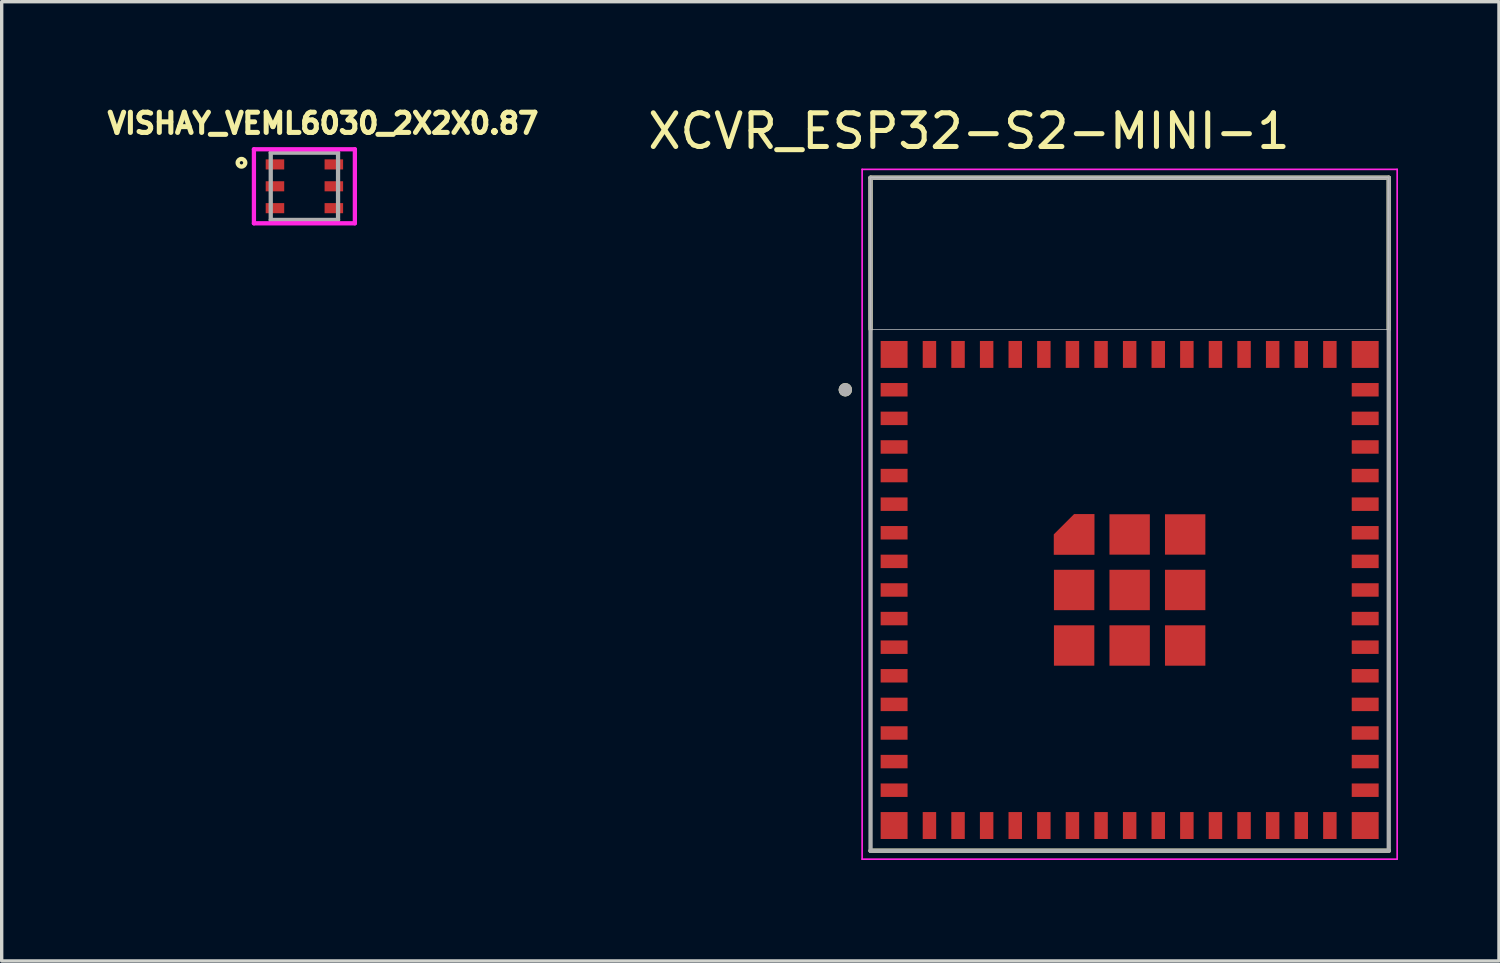
<source format=kicad_pcb>
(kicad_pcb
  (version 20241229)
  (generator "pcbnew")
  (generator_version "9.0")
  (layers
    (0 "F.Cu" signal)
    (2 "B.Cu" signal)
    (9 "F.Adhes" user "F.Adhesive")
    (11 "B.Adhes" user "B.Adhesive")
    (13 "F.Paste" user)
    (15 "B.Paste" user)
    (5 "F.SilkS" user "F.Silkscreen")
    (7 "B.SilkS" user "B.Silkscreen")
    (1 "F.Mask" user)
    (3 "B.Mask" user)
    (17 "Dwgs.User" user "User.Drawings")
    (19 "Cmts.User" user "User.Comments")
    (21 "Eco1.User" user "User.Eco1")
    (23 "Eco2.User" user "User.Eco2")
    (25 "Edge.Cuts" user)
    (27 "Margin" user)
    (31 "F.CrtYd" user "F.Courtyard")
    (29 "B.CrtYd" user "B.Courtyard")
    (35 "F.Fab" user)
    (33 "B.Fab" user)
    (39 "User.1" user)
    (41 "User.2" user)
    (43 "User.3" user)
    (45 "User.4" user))
  (footprint "VISHAY_VEML6030_2X2X0.87"
    (layer "F.Cu")
    (at 5.996 2.486)
    (property "Reference" "VISHAY_VEML6030_2X2X0.87" (at 0.553 -1.871 0) (layer "F.SilkS") (effects (font (size 0.601 0.601) (thickness 0.15))))
    (attr through_hole)
    (fp_circle (center -1.87 -0.699) (end -1.82 -0.699) (stroke (width 0.127) (type solid)) (fill no) (layer "F.SilkS"))
    (fp_line (start -1.5 -1.1) (end 1.5 -1.1) (stroke (width 0.127) (type solid)) (layer "F.CrtYd"))
    (fp_line (start -1.5 1.1) (end -1.5 -1.1) (stroke (width 0.127) (type solid)) (layer "F.CrtYd"))
    (fp_line (start 1.5 -1.1) (end 1.5 1.1) (stroke (width 0.127) (type solid)) (layer "F.CrtYd"))
    (fp_line (start 1.5 1.1) (end -1.5 1.1) (stroke (width 0.127) (type solid)) (layer "F.CrtYd"))
    (fp_line (start -1 -1) (end 1 -1) (stroke (width 0.127) (type solid)) (layer "F.Fab"))
    (fp_line (start -1 1) (end -1 -1) (stroke (width 0.127) (type solid)) (layer "F.Fab"))
    (fp_line (start 1 -1) (end 1 1) (stroke (width 0.127) (type solid)) (layer "F.Fab"))
    (fp_line (start 1 1) (end -1 1) (stroke (width 0.127) (type solid)) (layer "F.Fab"))
    (pad "1" smd rect (at -0.875 -0.65) (size 0.55 0.3) (layers "F.Cu" "F.Mask" "F.Paste"))
    (pad "2" smd rect (at -0.875 0) (size 0.55 0.3) (layers "F.Cu" "F.Mask" "F.Paste"))
    (pad "3" smd rect (at -0.875 0.65) (size 0.55 0.3) (layers "F.Cu" "F.Mask" "F.Paste"))
    (pad "4" smd rect (at 0.875 0.65) (size 0.55 0.3) (layers "F.Cu" "F.Mask" "F.Paste"))
    (pad "5" smd rect (at 0.875 0) (size 0.55 0.3) (layers "F.Cu" "F.Mask" "F.Paste"))
    (pad "6" smd rect (at 0.875 -0.65) (size 0.55 0.3) (layers "F.Cu" "F.Mask" "F.Paste")))
  (footprint "XCVR_ESP32-S2-MINI-1"
    (layer "F.Cu")
    (at 30.521 14.483)
    (property "Reference" "XCVR_ESP32-S2-MINI-1" (at -4.775 -13.635 0) (layer "F.SilkS") (effects (font (size 1 1) (thickness 0.15))))
    (attr through_hole)
    (fp_poly (pts (xy -2.35 -0.95) (xy -0.95 -0.95) (xy -0.95 -2.35) (xy -1.7 -2.35) (xy -2.35 -1.7)) (stroke (width 0.01) (type solid)) (fill yes) (layer "F.Mask"))
    (fp_line (start -7.7 -12.25) (end 7.7 -12.25) (stroke (width 0.127) (type solid)) (layer "F.SilkS"))
    (fp_line (start -7.7 -7.75) (end -7.7 -12.25) (stroke (width 0.127) (type solid)) (layer "F.SilkS"))
    (fp_line (start 7.7 -12.25) (end 7.7 -7.75) (stroke (width 0.127) (type solid)) (layer "F.SilkS"))
    (fp_line (start 7.7 7.75) (end -7.7 7.75) (stroke (width 0.127) (type solid)) (layer "F.SilkS"))
    (fp_circle (center -8.45 -5.95) (end -8.35 -5.95) (stroke (width 0.2) (type solid)) (fill no) (layer "F.SilkS"))
    (fp_poly (pts (xy -2.25 -1.05) (xy -1.05 -1.05) (xy -1.05 -2.25) (xy -1.65 -2.25) (xy -2.25 -1.65)) (stroke (width 0.01) (type solid)) (fill yes) (layer "F.Paste"))
    (fp_poly (pts (xy -7.7 -12.25) (xy 7.7 -12.25) (xy 7.7 -7.75) (xy -7.7 -7.75)) (stroke (width 0.01) (type solid)) (fill no) (layer "Dwgs.User"))
    (fp_poly (pts (xy -7.7 -12.25) (xy 7.7 -12.25) (xy 7.7 -7.75) (xy -7.7 -7.75)) (stroke (width 0.01) (type solid)) (fill no) (layer "Dwgs.User"))
    (fp_poly (pts (xy -7.7 -12.25) (xy 7.7 -12.25) (xy 7.7 -7.75) (xy -7.7 -7.75)) (stroke (width 0.01) (type solid)) (fill no) (layer "Dwgs.User"))
    (fp_line (start -7.95 -12.5) (end -7.95 8) (stroke (width 0.05) (type solid)) (layer "F.CrtYd"))
    (fp_line (start -7.95 8) (end 7.95 8) (stroke (width 0.05) (type solid)) (layer "F.CrtYd"))
    (fp_line (start 7.95 -12.5) (end -7.95 -12.5) (stroke (width 0.05) (type solid)) (layer "F.CrtYd"))
    (fp_line (start 7.95 8) (end 7.95 -12.5) (stroke (width 0.05) (type solid)) (layer "F.CrtYd"))
    (fp_line (start -7.7 -12.25) (end 7.7 -12.25) (stroke (width 0.127) (type solid)) (layer "F.Fab"))
    (fp_line (start -7.7 7.75) (end -7.7 -12.25) (stroke (width 0.127) (type solid)) (layer "F.Fab"))
    (fp_line (start 7.7 -12.25) (end 7.7 7.75) (stroke (width 0.127) (type solid)) (layer "F.Fab"))
    (fp_line (start 7.7 7.75) (end -7.7 7.75) (stroke (width 0.127) (type solid)) (layer "F.Fab"))
    (fp_circle (center -8.45 -5.95) (end -8.35 -5.95) (stroke (width 0.2) (type solid)) (fill no) (layer "F.Fab"))
    (pad "1" smd rect (at -7 -5.95) (size 0.8 0.4) (layers "F.Cu" "F.Mask" "F.Paste"))
    (pad "2" smd rect (at -7 -5.1) (size 0.8 0.4) (layers "F.Cu" "F.Mask" "F.Paste"))
    (pad "3" smd rect (at -7 -4.25) (size 0.8 0.4) (layers "F.Cu" "F.Mask" "F.Paste"))
    (pad "4" smd rect (at -7 -3.4) (size 0.8 0.4) (layers "F.Cu" "F.Mask" "F.Paste"))
    (pad "5" smd rect (at -7 -2.55) (size 0.8 0.4) (layers "F.Cu" "F.Mask" "F.Paste"))
    (pad "6" smd rect (at -7 -1.7) (size 0.8 0.4) (layers "F.Cu" "F.Mask" "F.Paste"))
    (pad "7" smd rect (at -7 -0.85) (size 0.8 0.4) (layers "F.Cu" "F.Mask" "F.Paste"))
    (pad "8" smd rect (at -7 0) (size 0.8 0.4) (layers "F.Cu" "F.Mask" "F.Paste"))
    (pad "9" smd rect (at -7 0.85) (size 0.8 0.4) (layers "F.Cu" "F.Mask" "F.Paste"))
    (pad "10" smd rect (at -7 1.7) (size 0.8 0.4) (layers "F.Cu" "F.Mask" "F.Paste"))
    (pad "11" smd rect (at -7 2.55) (size 0.8 0.4) (layers "F.Cu" "F.Mask" "F.Paste"))
    (pad "12" smd rect (at -7 3.4) (size 0.8 0.4) (layers "F.Cu" "F.Mask" "F.Paste"))
    (pad "13" smd rect (at -7 4.25) (size 0.8 0.4) (layers "F.Cu" "F.Mask" "F.Paste"))
    (pad "14" smd rect (at -7 5.1) (size 0.8 0.4) (layers "F.Cu" "F.Mask" "F.Paste"))
    (pad "15" smd rect (at -7 5.95) (size 0.8 0.4) (layers "F.Cu" "F.Mask" "F.Paste"))
    (pad "16" smd rect (at -5.95 7) (size 0.4 0.8) (layers "F.Cu" "F.Mask" "F.Paste"))
    (pad "17" smd rect (at -5.1 7) (size 0.4 0.8) (layers "F.Cu" "F.Mask" "F.Paste"))
    (pad "18" smd rect (at -4.25 7) (size 0.4 0.8) (layers "F.Cu" "F.Mask" "F.Paste"))
    (pad "19" smd rect (at -3.4 7) (size 0.4 0.8) (layers "F.Cu" "F.Mask" "F.Paste"))
    (pad "20" smd rect (at -2.55 7) (size 0.4 0.8) (layers "F.Cu" "F.Mask" "F.Paste"))
    (pad "21" smd rect (at -1.7 7) (size 0.4 0.8) (layers "F.Cu" "F.Mask" "F.Paste"))
    (pad "22" smd rect (at -0.85 7) (size 0.4 0.8) (layers "F.Cu" "F.Mask" "F.Paste"))
    (pad "23" smd rect (at 0 7) (size 0.4 0.8) (layers "F.Cu" "F.Mask" "F.Paste"))
    (pad "24" smd rect (at 0.85 7) (size 0.4 0.8) (layers "F.Cu" "F.Mask" "F.Paste"))
    (pad "25" smd rect (at 1.7 7) (size 0.4 0.8) (layers "F.Cu" "F.Mask" "F.Paste"))
    (pad "26" smd rect (at 2.55 7) (size 0.4 0.8) (layers "F.Cu" "F.Mask" "F.Paste"))
    (pad "27" smd rect (at 3.4 7) (size 0.4 0.8) (layers "F.Cu" "F.Mask" "F.Paste"))
    (pad "28" smd rect (at 4.25 7) (size 0.4 0.8) (layers "F.Cu" "F.Mask" "F.Paste"))
    (pad "29" smd rect (at 5.1 7) (size 0.4 0.8) (layers "F.Cu" "F.Mask" "F.Paste"))
    (pad "30" smd rect (at 5.95 7) (size 0.4 0.8) (layers "F.Cu" "F.Mask" "F.Paste"))
    (pad "31" smd rect (at 7 5.95) (size 0.8 0.4) (layers "F.Cu" "F.Mask" "F.Paste"))
    (pad "32" smd rect (at 7 5.1) (size 0.8 0.4) (layers "F.Cu" "F.Mask" "F.Paste"))
    (pad "33" smd rect (at 7 4.25) (size 0.8 0.4) (layers "F.Cu" "F.Mask" "F.Paste"))
    (pad "34" smd rect (at 7 3.4) (size 0.8 0.4) (layers "F.Cu" "F.Mask" "F.Paste"))
    (pad "35" smd rect (at 7 2.55) (size 0.8 0.4) (layers "F.Cu" "F.Mask" "F.Paste"))
    (pad "36" smd rect (at 7 1.7) (size 0.8 0.4) (layers "F.Cu" "F.Mask" "F.Paste"))
    (pad "37" smd rect (at 7 0.85) (size 0.8 0.4) (layers "F.Cu" "F.Mask" "F.Paste"))
    (pad "38" smd rect (at 7 0) (size 0.8 0.4) (layers "F.Cu" "F.Mask" "F.Paste"))
    (pad "39" smd rect (at 7 -0.85) (size 0.8 0.4) (layers "F.Cu" "F.Mask" "F.Paste"))
    (pad "40" smd rect (at 7 -1.7) (size 0.8 0.4) (layers "F.Cu" "F.Mask" "F.Paste"))
    (pad "41" smd rect (at 7 -2.55) (size 0.8 0.4) (layers "F.Cu" "F.Mask" "F.Paste"))
    (pad "42" smd rect (at 7 -3.4) (size 0.8 0.4) (layers "F.Cu" "F.Mask" "F.Paste"))
    (pad "43" smd rect (at 7 -4.25) (size 0.8 0.4) (layers "F.Cu" "F.Mask" "F.Paste"))
    (pad "44" smd rect (at 7 -5.1) (size 0.8 0.4) (layers "F.Cu" "F.Mask" "F.Paste"))
    (pad "45" smd rect (at 7 -5.95) (size 0.8 0.4) (layers "F.Cu" "F.Mask" "F.Paste"))
    (pad "46" smd rect (at 5.95 -7) (size 0.4 0.8) (layers "F.Cu" "F.Mask" "F.Paste"))
    (pad "47" smd rect (at 5.1 -7) (size 0.4 0.8) (layers "F.Cu" "F.Mask" "F.Paste"))
    (pad "48" smd rect (at 4.25 -7) (size 0.4 0.8) (layers "F.Cu" "F.Mask" "F.Paste"))
    (pad "49" smd rect (at 3.4 -7) (size 0.4 0.8) (layers "F.Cu" "F.Mask" "F.Paste"))
    (pad "50" smd rect (at 2.55 -7) (size 0.4 0.8) (layers "F.Cu" "F.Mask" "F.Paste"))
    (pad "51" smd rect (at 1.7 -7) (size 0.4 0.8) (layers "F.Cu" "F.Mask" "F.Paste"))
    (pad "52" smd rect (at 0.85 -7) (size 0.4 0.8) (layers "F.Cu" "F.Mask" "F.Paste"))
    (pad "53" smd rect (at 0 -7) (size 0.4 0.8) (layers "F.Cu" "F.Mask" "F.Paste"))
    (pad "54" smd rect (at -0.85 -7) (size 0.4 0.8) (layers "F.Cu" "F.Mask" "F.Paste"))
    (pad "55" smd rect (at -1.7 -7) (size 0.4 0.8) (layers "F.Cu" "F.Mask" "F.Paste"))
    (pad "56" smd rect (at -2.55 -7) (size 0.4 0.8) (layers "F.Cu" "F.Mask" "F.Paste"))
    (pad "57" smd rect (at -3.4 -7) (size 0.4 0.8) (layers "F.Cu" "F.Mask" "F.Paste"))
    (pad "58" smd rect (at -4.25 -7) (size 0.4 0.8) (layers "F.Cu" "F.Mask" "F.Paste"))
    (pad "59" smd rect (at -5.1 -7) (size 0.4 0.8) (layers "F.Cu" "F.Mask" "F.Paste"))
    (pad "60" smd rect (at -5.95 -7) (size 0.4 0.8) (layers "F.Cu" "F.Mask" "F.Paste"))
    (pad "61" smd rect (at 0 0) (size 1.2 1.2) (layers "F.Cu" "F.Mask" "F.Paste"))
    (pad "61_1" smd rect (at -1.65 0) (size 1.2 1.2) (layers "F.Cu" "F.Mask" "F.Paste"))
    (pad "61_2" smd rect (at -1.65 1.65) (size 1.2 1.2) (layers "F.Cu" "F.Mask" "F.Paste"))
    (pad "61_3" smd rect (at 0 1.65) (size 1.2 1.2) (layers "F.Cu" "F.Mask" "F.Paste"))
    (pad "61_4" smd rect (at 1.65 1.65) (size 1.2 1.2) (layers "F.Cu" "F.Mask" "F.Paste"))
    (pad "61_5" smd rect (at 1.65 0) (size 1.2 1.2) (layers "F.Cu" "F.Mask" "F.Paste"))
    (pad "61_6" smd rect (at 1.65 -1.65) (size 1.2 1.2) (layers "F.Cu" "F.Mask" "F.Paste"))
    (pad "61_7" smd rect (at 0 -1.65) (size 1.2 1.2) (layers "F.Cu" "F.Mask" "F.Paste"))
    (pad "61_8" smd custom (at -1.65 -1.65) (size 0.6 0.6) (layers "F.Cu") (options (anchor rect)) (primitives (gr_poly (pts (xy 0.6 0.6) (xy -0.6 0.6) (xy -0.6 0) (xy 0 -0.6) (xy 0.6 -0.6)) (width 0.01) (fill yes))))
    (pad "62" smd rect (at -7 -7) (size 0.8 0.8) (layers "F.Cu" "F.Mask" "F.Paste"))
    (pad "63" smd rect (at -7 7) (size 0.8 0.8) (layers "F.Cu" "F.Mask" "F.Paste"))
    (pad "64" smd rect (at 7 7) (size 0.8 0.8) (layers "F.Cu" "F.Mask" "F.Paste"))
    (pad "65" smd rect (at 7 -7) (size 0.8 0.8) (layers "F.Cu" "F.Mask" "F.Paste")))
  (gr_rect
    (start -3 -3)
    (end 41.496 25.508)
    (stroke (width 0.1) (type default))
    (fill no)
    (layer "Edge.Cuts")))
</source>
